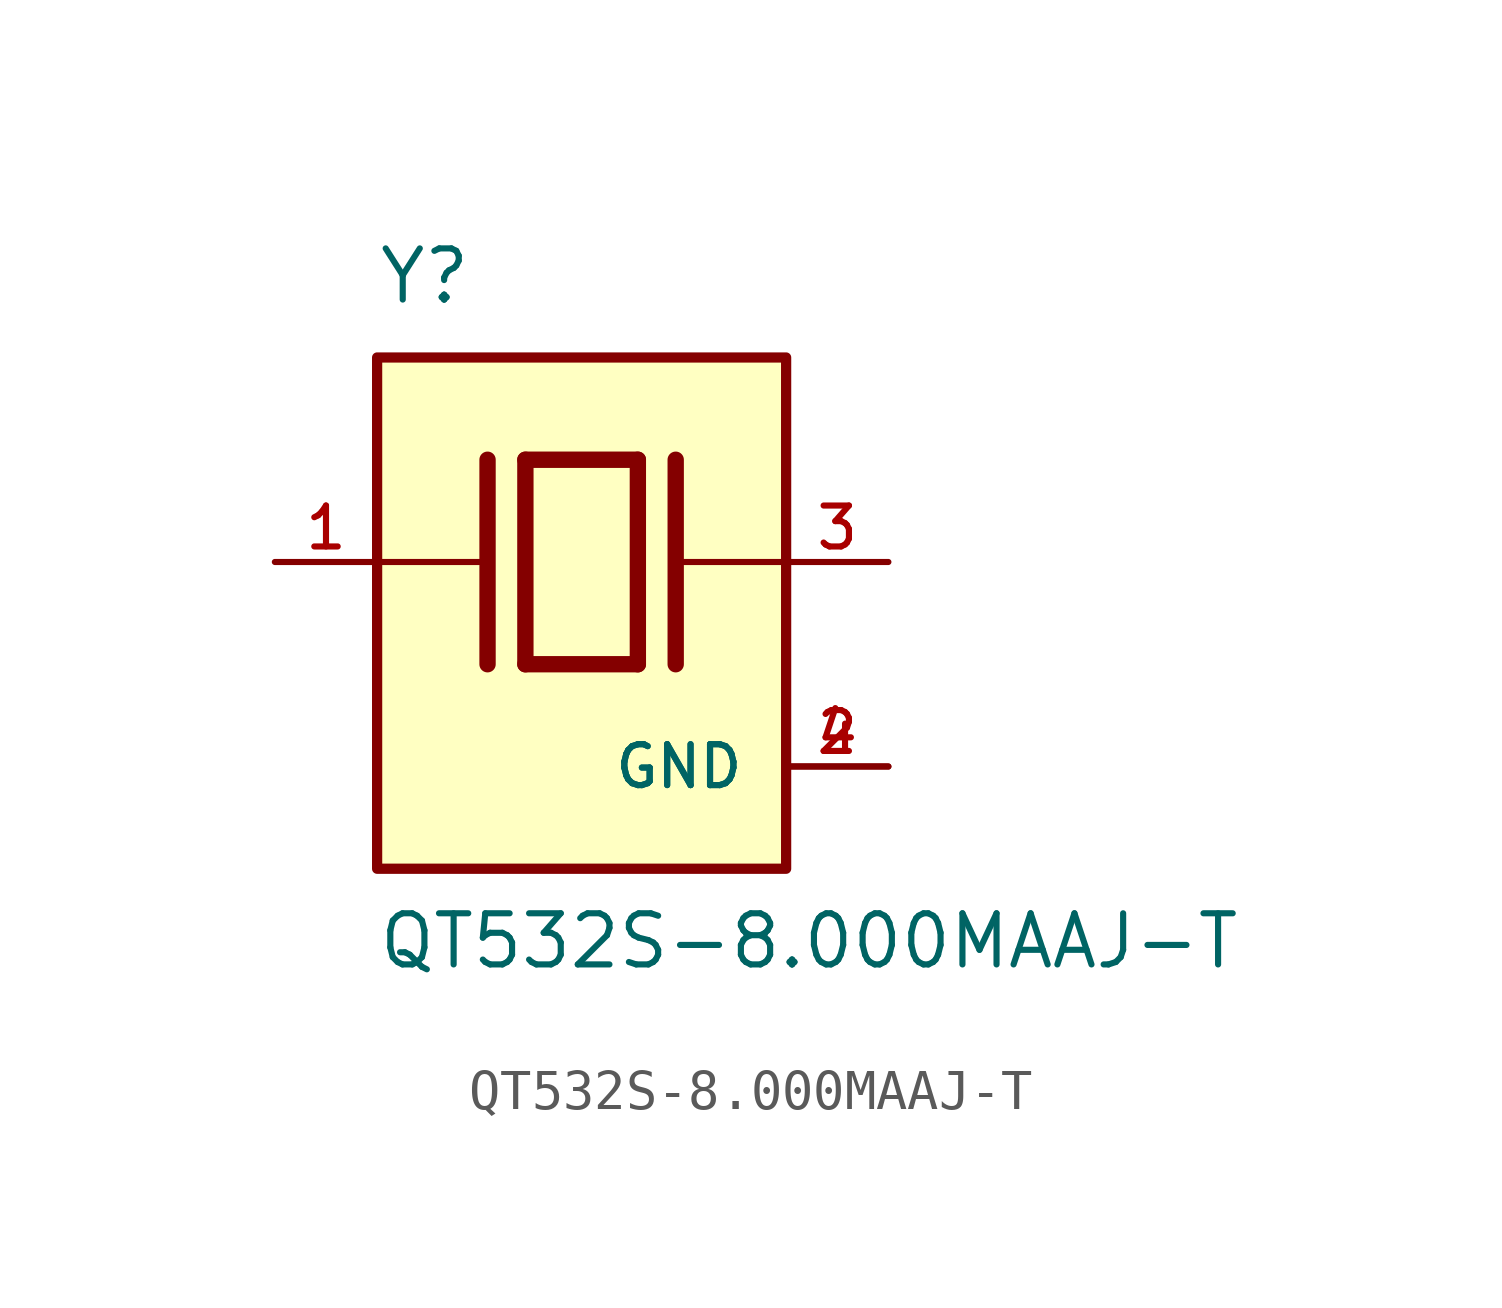
<source format=kicad_sym>
(kicad_symbol_lib
  (version 20211014)
  (generator kicad_symbol_editor)
  (symbol "QT532S-8.000MAAJ-T"
    (pin_names
      (offset 1.016))
    (property "Reference" "Y"
      (at -5.088 6.356 0)
      (effects (font (size 1.27 1.27)) (justify bottom left)))
    (property "Value" "QT532S-8.000MAAJ-T"
      (at -5.094 -10.16 0)
      (effects (font (size 1.27 1.27)) (justify bottom left)))
    (symbol "QT532S-8.000MAAJ-T_0_0"
      (polyline (pts (xy -1.397 2.54) (xy 1.397 2.54)) (stroke (width 0.406)))
      (polyline (pts (xy 1.397 2.54) (xy 1.397 -2.54)) (stroke (width 0.406)))
      (polyline (pts (xy 1.397 -2.54) (xy -1.397 -2.54)) (stroke (width 0.406)))
      (polyline (pts (xy -1.397 2.54) (xy -1.397 -2.54)) (stroke (width 0.406)))
      (polyline (pts (xy 2.337 2.54) (xy 2.337 -2.54)) (stroke (width 0.406)))
      (polyline (pts (xy -2.337 2.54) (xy -2.337 -2.54)) (stroke (width 0.406)))
      (polyline (pts (xy -5.08 0.0) (xy -2.54 0.0)) (stroke (width 0.152)))
      (polyline (pts (xy 2.54 0.0) (xy 5.08 0.0)) (stroke (width 0.152)))
      (rectangle (start -5.08 -7.62) (end 5.08 5.08) (stroke (width 0.254)) (fill (type background)))
      (pin passive line (at 7.62 0.0 180.0) (length 2.54) (name "~" (effects (font (size 1.016 1.016)))) (number "3" (effects (font (size 1.016 1.016)))))
      (pin passive line (at -7.62 0.0 0) (length 2.54) (name "~" (effects (font (size 1.016 1.016)))) (number "1" (effects (font (size 1.016 1.016)))))
      (pin power_in line (at 7.62 -5.08 180.0) (length 2.54) (name "GND" (effects (font (size 1.016 1.016)))) (number "2" (effects (font (size 1.016 1.016)))))
      (pin power_in line (at 7.62 -5.08 180.0) (length 2.54) (name "GND" (effects (font (size 1.016 1.016)))) (number "4" (effects (font (size 1.016 1.016))))))))
</source>
